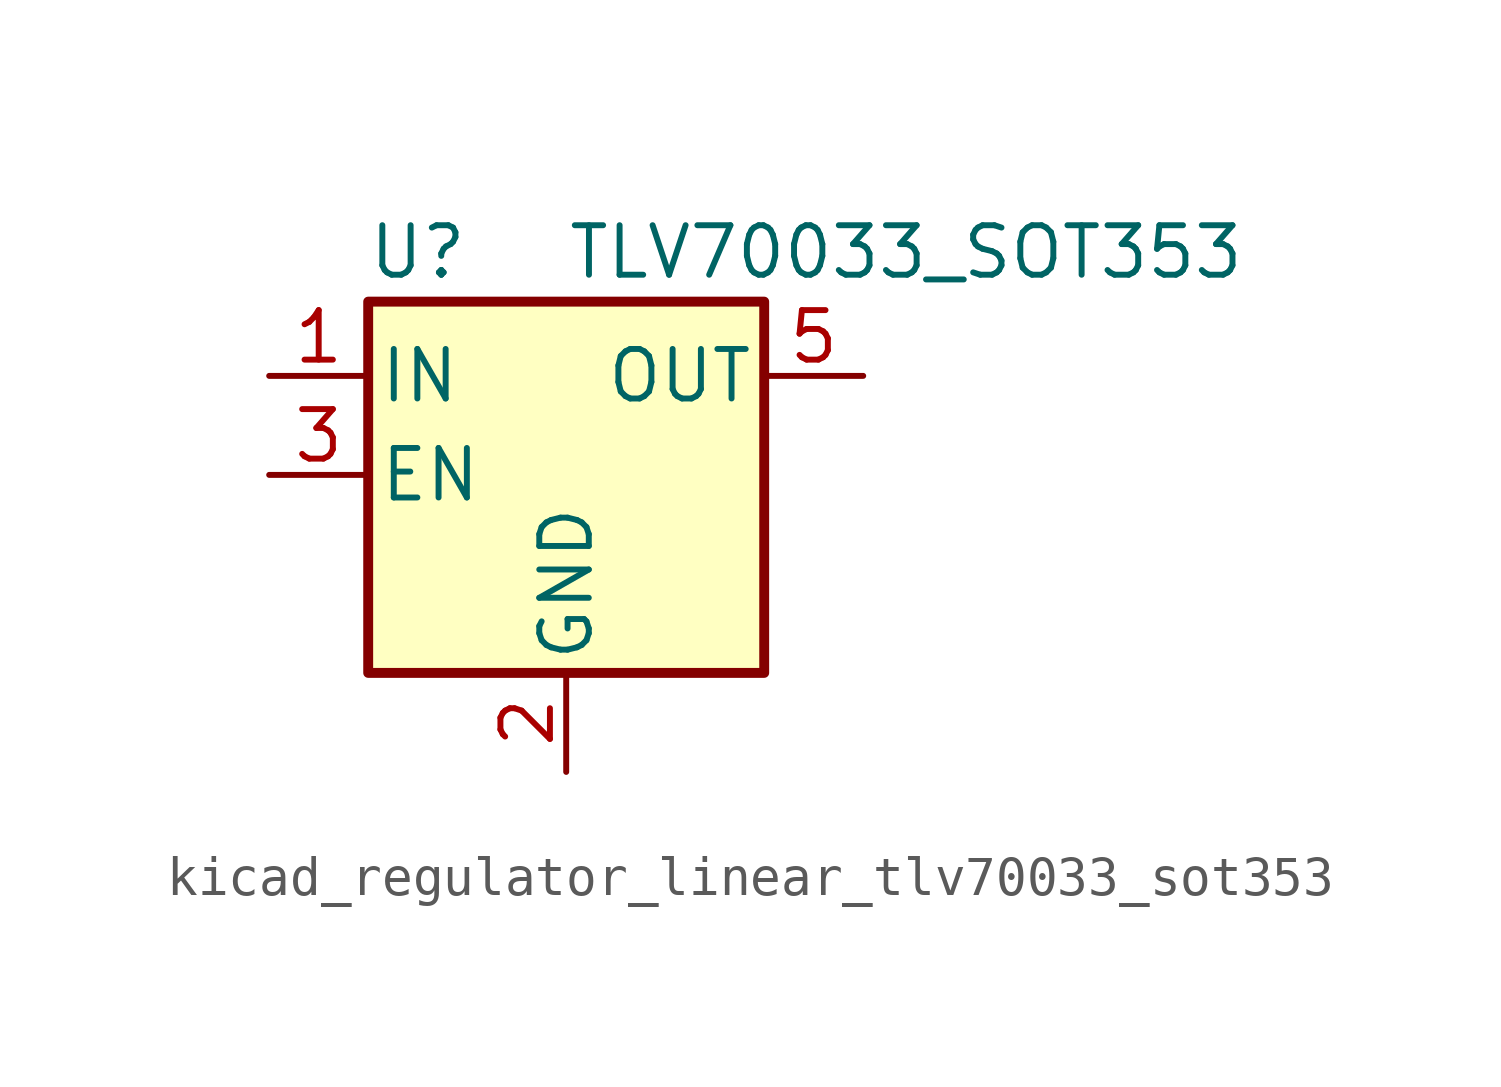
<source format=kicad_sym>
(kicad_symbol_lib
  (version 20220914)
  (generator kicad_symbol_editor)
  (symbol "kicad_regulator_linear_tlv70033_sot353"
    (pin_names
      (offset 0.254))
    (property "Reference" "U"
      (at -3.81 5.715 0)
      (effects (font (size 1.27 1.27))))
    (property "Value" "TLV70033_SOT353"
      (at 0 5.715 0)
      (effects (font (size 1.27 1.27)) (justify left)))
    (symbol "kicad_regulator_linear_tlv70033_sot353_0_1"
      (rectangle (start -5.08 4.445) (end 5.08 -5.08) (stroke (width 0.254) (type default)) (fill (type background))))
    (symbol "kicad_regulator_linear_tlv70033_sot353_1_1"
      (pin power_in line (at -7.62 2.54 0) (length 2.54) (name "IN" (effects (font (size 1.27 1.27)))) (number "1" (effects (font (size 1.27 1.27)))))
      (pin power_in line (at 0 -7.62 90) (length 2.54) (name "GND" (effects (font (size 1.27 1.27)))) (number "2" (effects (font (size 1.27 1.27)))))
      (pin input line (at -7.62 0 0) (length 2.54) (name "EN" (effects (font (size 1.27 1.27)))) (number "3" (effects (font (size 1.27 1.27)))))
      (pin no_connect line (at 5.08 0 180) (length 2.54) hide (name "NC" (effects (font (size 1.27 1.27)))) (number "4" (effects (font (size 1.27 1.27)))))
      (pin power_out line (at 7.62 2.54 180) (length 2.54) (name "OUT" (effects (font (size 1.27 1.27)))) (number "5" (effects (font (size 1.27 1.27))))))))
</source>
